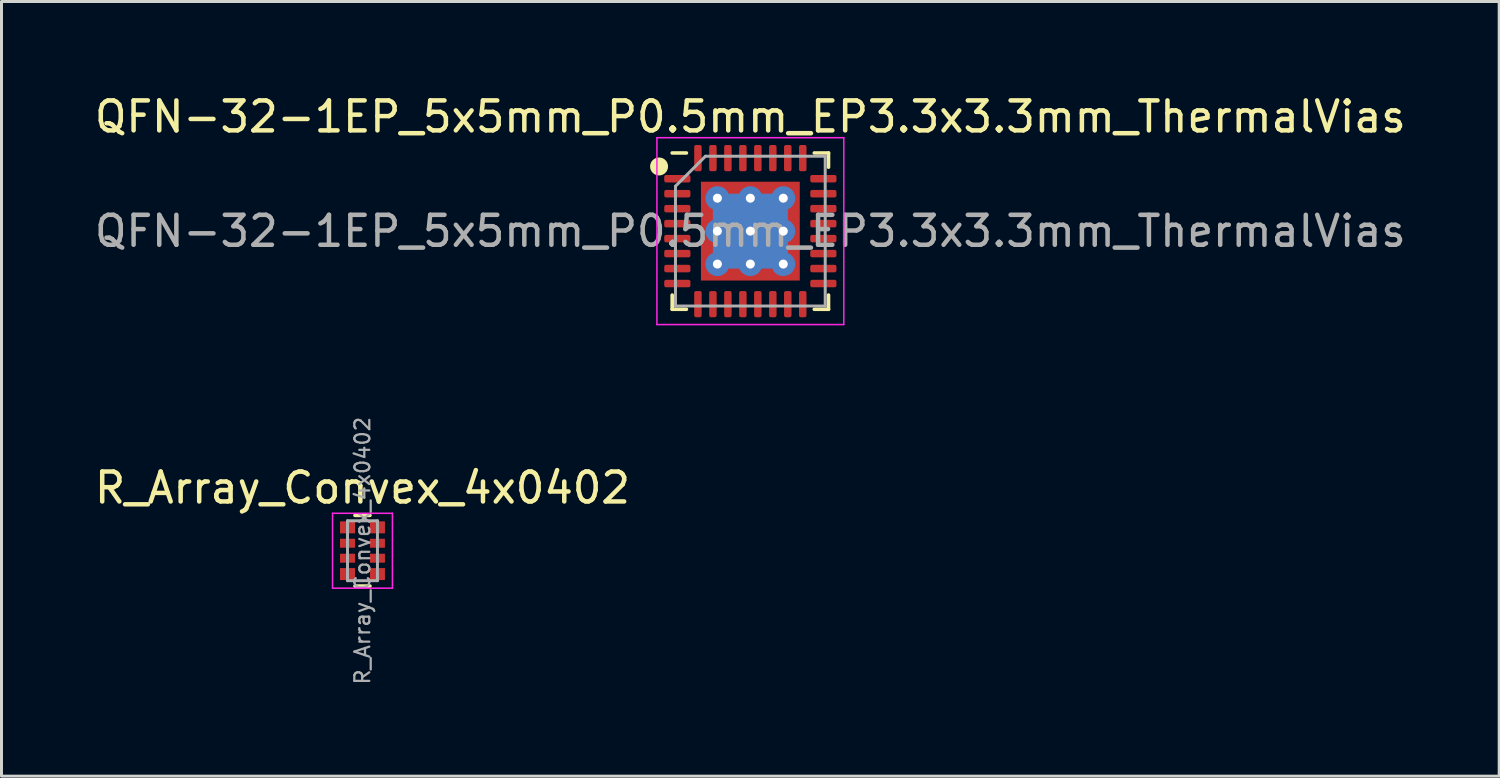
<source format=kicad_pcb>
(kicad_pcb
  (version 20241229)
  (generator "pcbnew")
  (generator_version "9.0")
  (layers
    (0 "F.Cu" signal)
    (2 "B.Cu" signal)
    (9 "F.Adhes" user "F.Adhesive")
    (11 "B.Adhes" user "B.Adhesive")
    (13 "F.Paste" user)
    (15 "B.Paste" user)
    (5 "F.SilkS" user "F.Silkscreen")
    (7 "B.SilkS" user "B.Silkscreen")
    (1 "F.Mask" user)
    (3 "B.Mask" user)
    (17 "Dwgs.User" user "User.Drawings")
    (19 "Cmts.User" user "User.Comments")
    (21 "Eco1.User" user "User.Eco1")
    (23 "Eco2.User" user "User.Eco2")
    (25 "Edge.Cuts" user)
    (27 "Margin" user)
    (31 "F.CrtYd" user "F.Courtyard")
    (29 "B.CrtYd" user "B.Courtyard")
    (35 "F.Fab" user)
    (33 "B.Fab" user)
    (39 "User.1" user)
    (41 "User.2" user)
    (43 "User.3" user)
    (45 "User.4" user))
  (footprint "QFN-32-1EP_5x5mm_P0.5mm_EP3.3x3.3mm_ThermalVias"
    (layer "F.Cu")
    (at 22.006 4.668)
    (property "Reference" "QFN-32-1EP_5x5mm_P0.5mm_EP3.3x3.3mm_ThermalVias" (at 0 -3.82 0) (layer "F.SilkS") (effects (font (size 1 1) (thickness 0.15))))
    (attr through_hole)
    (fp_line (start -2.61 2.61) (end -2.61 2.135) (stroke (width 0.12) (type solid)) (layer "F.SilkS"))
    (fp_line (start -2.135 -2.61) (end -2.61 -2.61) (stroke (width 0.12) (type solid)) (layer "F.SilkS"))
    (fp_line (start -2.135 2.61) (end -2.61 2.61) (stroke (width 0.12) (type solid)) (layer "F.SilkS"))
    (fp_line (start 2.135 -2.61) (end 2.61 -2.61) (stroke (width 0.12) (type solid)) (layer "F.SilkS"))
    (fp_line (start 2.135 2.61) (end 2.61 2.61) (stroke (width 0.12) (type solid)) (layer "F.SilkS"))
    (fp_line (start 2.61 -2.61) (end 2.61 -2.135) (stroke (width 0.12) (type solid)) (layer "F.SilkS"))
    (fp_line (start 2.61 2.61) (end 2.61 2.135) (stroke (width 0.12) (type solid)) (layer "F.SilkS"))
    (fp_circle (center -3.048 -2.159) (end -2.798 -2.159) (stroke (width 0.1) (type solid)) (fill yes) (layer "F.SilkS"))
    (fp_line (start -3.12 -3.12) (end -3.12 3.12) (stroke (width 0.05) (type solid)) (layer "F.CrtYd"))
    (fp_line (start -3.12 3.12) (end 3.12 3.12) (stroke (width 0.05) (type solid)) (layer "F.CrtYd"))
    (fp_line (start 3.12 -3.12) (end -3.12 -3.12) (stroke (width 0.05) (type solid)) (layer "F.CrtYd"))
    (fp_line (start 3.12 3.12) (end 3.12 -3.12) (stroke (width 0.05) (type solid)) (layer "F.CrtYd"))
    (fp_line (start -2.5 -1.5) (end -1.5 -2.5) (stroke (width 0.1) (type solid)) (layer "F.Fab"))
    (fp_line (start -2.5 2.5) (end -2.5 -1.5) (stroke (width 0.1) (type solid)) (layer "F.Fab"))
    (fp_line (start -1.5 -2.5) (end 2.5 -2.5) (stroke (width 0.1) (type solid)) (layer "F.Fab"))
    (fp_line (start 2.5 -2.5) (end 2.5 2.5) (stroke (width 0.1) (type solid)) (layer "F.Fab"))
    (fp_line (start 2.5 2.5) (end -2.5 2.5) (stroke (width 0.1) (type solid)) (layer "F.Fab"))
    (fp_text user "${REFERENCE}" (at 0 0 0) (layer "F.Fab") (effects (font (size 1 1) (thickness 0.15))))
    (pad "" smd custom (at -1.325 -1.325) (size 0.413 0.413) (layers "F.Paste") (options (anchor circle)) (primitives (gr_poly (pts (xy 0.151 0.059) (xy 0.059 0.151) (xy -0.151 0.151) (xy -0.151 -0.151) (xy 0.151 -0.151)) (width 0.222) (fill yes))))
    (pad "" smd custom (at -1.325 -0.5) (size 0.437 0.437) (layers "F.Paste") (options (anchor circle)) (primitives (gr_poly (pts (xy 0.175 -0.244) (xy 0.175 0.244) (xy 0.103 0.316) (xy -0.175 0.316) (xy -0.175 -0.316) (xy 0.103 -0.316)) (width 0.174) (fill yes))))
    (pad "" smd custom (at -1.325 0.5) (size 0.437 0.437) (layers "F.Paste") (options (anchor circle)) (primitives (gr_poly (pts (xy 0.175 -0.244) (xy 0.175 0.244) (xy 0.103 0.316) (xy -0.175 0.316) (xy -0.175 -0.316) (xy 0.103 -0.316)) (width 0.174) (fill yes))))
    (pad "" smd custom (at -1.325 1.325) (size 0.413 0.413) (layers "F.Paste") (options (anchor circle)) (primitives (gr_poly (pts (xy 0.151 -0.059) (xy 0.151 0.151) (xy -0.151 0.151) (xy -0.151 -0.151) (xy 0.059 -0.151)) (width 0.222) (fill yes))))
    (pad "" smd custom (at -0.5 -1.325) (size 0.437 0.437) (layers "F.Paste") (options (anchor circle)) (primitives (gr_poly (pts (xy 0.316 0.103) (xy 0.244 0.175) (xy -0.244 0.175) (xy -0.316 0.103) (xy -0.316 -0.175) (xy 0.316 -0.175)) (width 0.174) (fill yes))))
    (pad "" smd roundrect (at -0.5 -0.5) (size 0.806 0.806) (layers "F.Paste") (roundrect_rratio 0.25))
    (pad "" smd roundrect (at -0.5 0.5) (size 0.806 0.806) (layers "F.Paste") (roundrect_rratio 0.25))
    (pad "" smd custom (at -0.5 1.325) (size 0.437 0.437) (layers "F.Paste") (options (anchor circle)) (primitives (gr_poly (pts (xy 0.316 -0.103) (xy 0.316 0.175) (xy -0.316 0.175) (xy -0.316 -0.103) (xy -0.244 -0.175) (xy 0.244 -0.175)) (width 0.174) (fill yes))))
    (pad "" smd custom (at 0.5 -1.325) (size 0.437 0.437) (layers "F.Paste") (options (anchor circle)) (primitives (gr_poly (pts (xy 0.316 0.103) (xy 0.244 0.175) (xy -0.244 0.175) (xy -0.316 0.103) (xy -0.316 -0.175) (xy 0.316 -0.175)) (width 0.174) (fill yes))))
    (pad "" smd roundrect (at 0.5 -0.5) (size 0.806 0.806) (layers "F.Paste") (roundrect_rratio 0.25))
    (pad "" smd roundrect (at 0.5 0.5) (size 0.806 0.806) (layers "F.Paste") (roundrect_rratio 0.25))
    (pad "" smd custom (at 0.5 1.325) (size 0.437 0.437) (layers "F.Paste") (options (anchor circle)) (primitives (gr_poly (pts (xy 0.316 -0.103) (xy 0.316 0.175) (xy -0.316 0.175) (xy -0.316 -0.103) (xy -0.244 -0.175) (xy 0.244 -0.175)) (width 0.174) (fill yes))))
    (pad "" smd custom (at 1.325 -1.325) (size 0.413 0.413) (layers "F.Paste") (options (anchor circle)) (primitives (gr_poly (pts (xy 0.151 0.151) (xy -0.059 0.151) (xy -0.151 0.059) (xy -0.151 -0.151) (xy 0.151 -0.151)) (width 0.222) (fill yes))))
    (pad "" smd custom (at 1.325 -0.5) (size 0.437 0.437) (layers "F.Paste") (options (anchor circle)) (primitives (gr_poly (pts (xy 0.175 0.316) (xy -0.103 0.316) (xy -0.175 0.244) (xy -0.175 -0.244) (xy -0.103 -0.316) (xy 0.175 -0.316)) (width 0.174) (fill yes))))
    (pad "" smd custom (at 1.325 0.5) (size 0.437 0.437) (layers "F.Paste") (options (anchor circle)) (primitives (gr_poly (pts (xy 0.175 0.316) (xy -0.103 0.316) (xy -0.175 0.244) (xy -0.175 -0.244) (xy -0.103 -0.316) (xy 0.175 -0.316)) (width 0.174) (fill yes))))
    (pad "" smd custom (at 1.325 1.325) (size 0.413 0.413) (layers "F.Paste") (options (anchor circle)) (primitives (gr_poly (pts (xy 0.151 0.151) (xy -0.151 0.151) (xy -0.151 -0.059) (xy -0.059 -0.151) (xy 0.151 -0.151)) (width 0.222) (fill yes))))
    (pad "1" smd roundrect (at -2.438 -1.75) (size 0.875 0.25) (layers "F.Cu" "F.Mask" "F.Paste") (roundrect_rratio 0.25))
    (pad "2" smd roundrect (at -2.438 -1.25) (size 0.875 0.25) (layers "F.Cu" "F.Mask" "F.Paste") (roundrect_rratio 0.25))
    (pad "3" smd roundrect (at -2.438 -0.75) (size 0.875 0.25) (layers "F.Cu" "F.Mask" "F.Paste") (roundrect_rratio 0.25))
    (pad "4" smd roundrect (at -2.438 -0.25) (size 0.875 0.25) (layers "F.Cu" "F.Mask" "F.Paste") (roundrect_rratio 0.25))
    (pad "5" smd roundrect (at -2.438 0.25) (size 0.875 0.25) (layers "F.Cu" "F.Mask" "F.Paste") (roundrect_rratio 0.25))
    (pad "6" smd roundrect (at -2.438 0.75) (size 0.875 0.25) (layers "F.Cu" "F.Mask" "F.Paste") (roundrect_rratio 0.25))
    (pad "7" smd roundrect (at -2.438 1.25) (size 0.875 0.25) (layers "F.Cu" "F.Mask" "F.Paste") (roundrect_rratio 0.25))
    (pad "8" smd roundrect (at -2.438 1.75) (size 0.875 0.25) (layers "F.Cu" "F.Mask" "F.Paste") (roundrect_rratio 0.25))
    (pad "9" smd roundrect (at -1.75 2.438) (size 0.25 0.875) (layers "F.Cu" "F.Mask" "F.Paste") (roundrect_rratio 0.25))
    (pad "10" smd roundrect (at -1.25 2.438) (size 0.25 0.875) (layers "F.Cu" "F.Mask" "F.Paste") (roundrect_rratio 0.25))
    (pad "11" smd roundrect (at -0.75 2.438) (size 0.25 0.875) (layers "F.Cu" "F.Mask" "F.Paste") (roundrect_rratio 0.25))
    (pad "12" smd roundrect (at -0.25 2.438) (size 0.25 0.875) (layers "F.Cu" "F.Mask" "F.Paste") (roundrect_rratio 0.25))
    (pad "13" smd roundrect (at 0.25 2.438) (size 0.25 0.875) (layers "F.Cu" "F.Mask" "F.Paste") (roundrect_rratio 0.25))
    (pad "14" smd roundrect (at 0.75 2.438) (size 0.25 0.875) (layers "F.Cu" "F.Mask" "F.Paste") (roundrect_rratio 0.25))
    (pad "15" smd roundrect (at 1.25 2.438) (size 0.25 0.875) (layers "F.Cu" "F.Mask" "F.Paste") (roundrect_rratio 0.25))
    (pad "16" smd roundrect (at 1.75 2.438) (size 0.25 0.875) (layers "F.Cu" "F.Mask" "F.Paste") (roundrect_rratio 0.25))
    (pad "17" smd roundrect (at 2.438 1.75) (size 0.875 0.25) (layers "F.Cu" "F.Mask" "F.Paste") (roundrect_rratio 0.25))
    (pad "18" smd roundrect (at 2.438 1.25) (size 0.875 0.25) (layers "F.Cu" "F.Mask" "F.Paste") (roundrect_rratio 0.25))
    (pad "19" smd roundrect (at 2.438 0.75) (size 0.875 0.25) (layers "F.Cu" "F.Mask" "F.Paste") (roundrect_rratio 0.25))
    (pad "20" smd roundrect (at 2.438 0.25) (size 0.875 0.25) (layers "F.Cu" "F.Mask" "F.Paste") (roundrect_rratio 0.25))
    (pad "21" smd roundrect (at 2.438 -0.25) (size 0.875 0.25) (layers "F.Cu" "F.Mask" "F.Paste") (roundrect_rratio 0.25))
    (pad "22" smd roundrect (at 2.438 -0.75) (size 0.875 0.25) (layers "F.Cu" "F.Mask" "F.Paste") (roundrect_rratio 0.25))
    (pad "23" smd roundrect (at 2.438 -1.25) (size 0.875 0.25) (layers "F.Cu" "F.Mask" "F.Paste") (roundrect_rratio 0.25))
    (pad "24" smd roundrect (at 2.438 -1.75) (size 0.875 0.25) (layers "F.Cu" "F.Mask" "F.Paste") (roundrect_rratio 0.25))
    (pad "25" smd roundrect (at 1.75 -2.438) (size 0.25 0.875) (layers "F.Cu" "F.Mask" "F.Paste") (roundrect_rratio 0.25))
    (pad "26" smd roundrect (at 1.25 -2.438) (size 0.25 0.875) (layers "F.Cu" "F.Mask" "F.Paste") (roundrect_rratio 0.25))
    (pad "27" smd roundrect (at 0.75 -2.438) (size 0.25 0.875) (layers "F.Cu" "F.Mask" "F.Paste") (roundrect_rratio 0.25))
    (pad "28" smd roundrect (at 0.25 -2.438) (size 0.25 0.875) (layers "F.Cu" "F.Mask" "F.Paste") (roundrect_rratio 0.25))
    (pad "29" smd roundrect (at -0.25 -2.438) (size 0.25 0.875) (layers "F.Cu" "F.Mask" "F.Paste") (roundrect_rratio 0.25))
    (pad "30" smd roundrect (at -0.75 -2.438) (size 0.25 0.875) (layers "F.Cu" "F.Mask" "F.Paste") (roundrect_rratio 0.25))
    (pad "31" smd roundrect (at -1.25 -2.438) (size 0.25 0.875) (layers "F.Cu" "F.Mask" "F.Paste") (roundrect_rratio 0.25))
    (pad "32" smd roundrect (at -1.75 -2.438) (size 0.25 0.875) (layers "F.Cu" "F.Mask" "F.Paste") (roundrect_rratio 0.25))
    (pad "33" thru_hole circle (at -1.1 -1.1) (size 0.8 0.8) (drill 0.3) (layers "*.Cu"))
    (pad "33" thru_hole circle (at -1.1 0) (size 0.8 0.8) (drill 0.3) (layers "*.Cu"))
    (pad "33" thru_hole circle (at -1.1 1.1) (size 0.8 0.8) (drill 0.3) (layers "*.Cu"))
    (pad "33" thru_hole circle (at 0 -1.1) (size 0.8 0.8) (drill 0.3) (layers "*.Cu"))
    (pad "33" thru_hole circle (at 0 0) (size 0.8 0.8) (drill 0.3) (layers "*.Cu"))
    (pad "33" smd rect (at 0 0) (size 2.5 2.5) (layers "B.Cu"))
    (pad "33" smd rect (at 0 0) (size 3.3 3.3) (layers "F.Cu" "F.Mask"))
    (pad "33" thru_hole circle (at 0 1.1) (size 0.8 0.8) (drill 0.3) (layers "*.Cu"))
    (pad "33" thru_hole circle (at 1.1 -1.1) (size 0.8 0.8) (drill 0.3) (layers "*.Cu"))
    (pad "33" thru_hole circle (at 1.1 0) (size 0.8 0.8) (drill 0.3) (layers "*.Cu"))
    (pad "33" thru_hole circle (at 1.1 1.1) (size 0.8 0.8) (drill 0.3) (layers "*.Cu")))
  (footprint "R_Array_Convex_4x0402"
    (layer "F.Cu")
    (at 9.054 15.34)
    (property "Reference" "R_Array_Convex_4x0402" (at 0 -2.1 0) (layer "F.SilkS") (effects (font (size 1 1) (thickness 0.15))))
    (attr smd)
    (fp_line (start 0.25 -1.18) (end -0.25 -1.18) (stroke (width 0.12) (type solid)) (layer "F.SilkS"))
    (fp_line (start 0.25 1.18) (end -0.25 1.18) (stroke (width 0.12) (type solid)) (layer "F.SilkS"))
    (fp_line (start -1 -1.25) (end -1 1.25) (stroke (width 0.05) (type solid)) (layer "F.CrtYd"))
    (fp_line (start -1 -1.25) (end 1 -1.25) (stroke (width 0.05) (type solid)) (layer "F.CrtYd"))
    (fp_line (start 1 1.25) (end -1 1.25) (stroke (width 0.05) (type solid)) (layer "F.CrtYd"))
    (fp_line (start 1 1.25) (end 1 -1.25) (stroke (width 0.05) (type solid)) (layer "F.CrtYd"))
    (fp_line (start -0.5 -1) (end 0.5 -1) (stroke (width 0.1) (type solid)) (layer "F.Fab"))
    (fp_line (start -0.5 1) (end -0.5 -1) (stroke (width 0.1) (type solid)) (layer "F.Fab"))
    (fp_line (start 0.5 -1) (end 0.5 1) (stroke (width 0.1) (type solid)) (layer "F.Fab"))
    (fp_line (start 0.5 1) (end -0.5 1) (stroke (width 0.1) (type solid)) (layer "F.Fab"))
    (fp_text user "${REFERENCE}" (at 0 0 90) (layer "F.Fab") (effects (font (size 0.5 0.5) (thickness 0.075))))
    (pad "1" smd rect (at -0.5 -0.78) (size 0.5 0.4) (layers "F.Cu" "F.Mask" "F.Paste"))
    (pad "2" smd rect (at -0.5 -0.25) (size 0.5 0.3) (layers "F.Cu" "F.Mask" "F.Paste"))
    (pad "3" smd rect (at -0.5 0.25) (size 0.5 0.3) (layers "F.Cu" "F.Mask" "F.Paste"))
    (pad "4" smd rect (at -0.5 0.78) (size 0.5 0.4) (layers "F.Cu" "F.Mask" "F.Paste"))
    (pad "5" smd rect (at 0.5 0.78) (size 0.5 0.4) (layers "F.Cu" "F.Mask" "F.Paste"))
    (pad "6" smd rect (at 0.5 0.25) (size 0.5 0.3) (layers "F.Cu" "F.Mask" "F.Paste"))
    (pad "7" smd rect (at 0.5 -0.25) (size 0.5 0.3) (layers "F.Cu" "F.Mask" "F.Paste"))
    (pad "8" smd rect (at 0.5 -0.78) (size 0.5 0.4) (layers "F.Cu" "F.Mask" "F.Paste")))
  (gr_rect
    (start -3 -3)
    (end 47.012 22.867)
    (stroke (width 0.1) (type default))
    (fill no)
    (layer "Edge.Cuts")))
</source>
